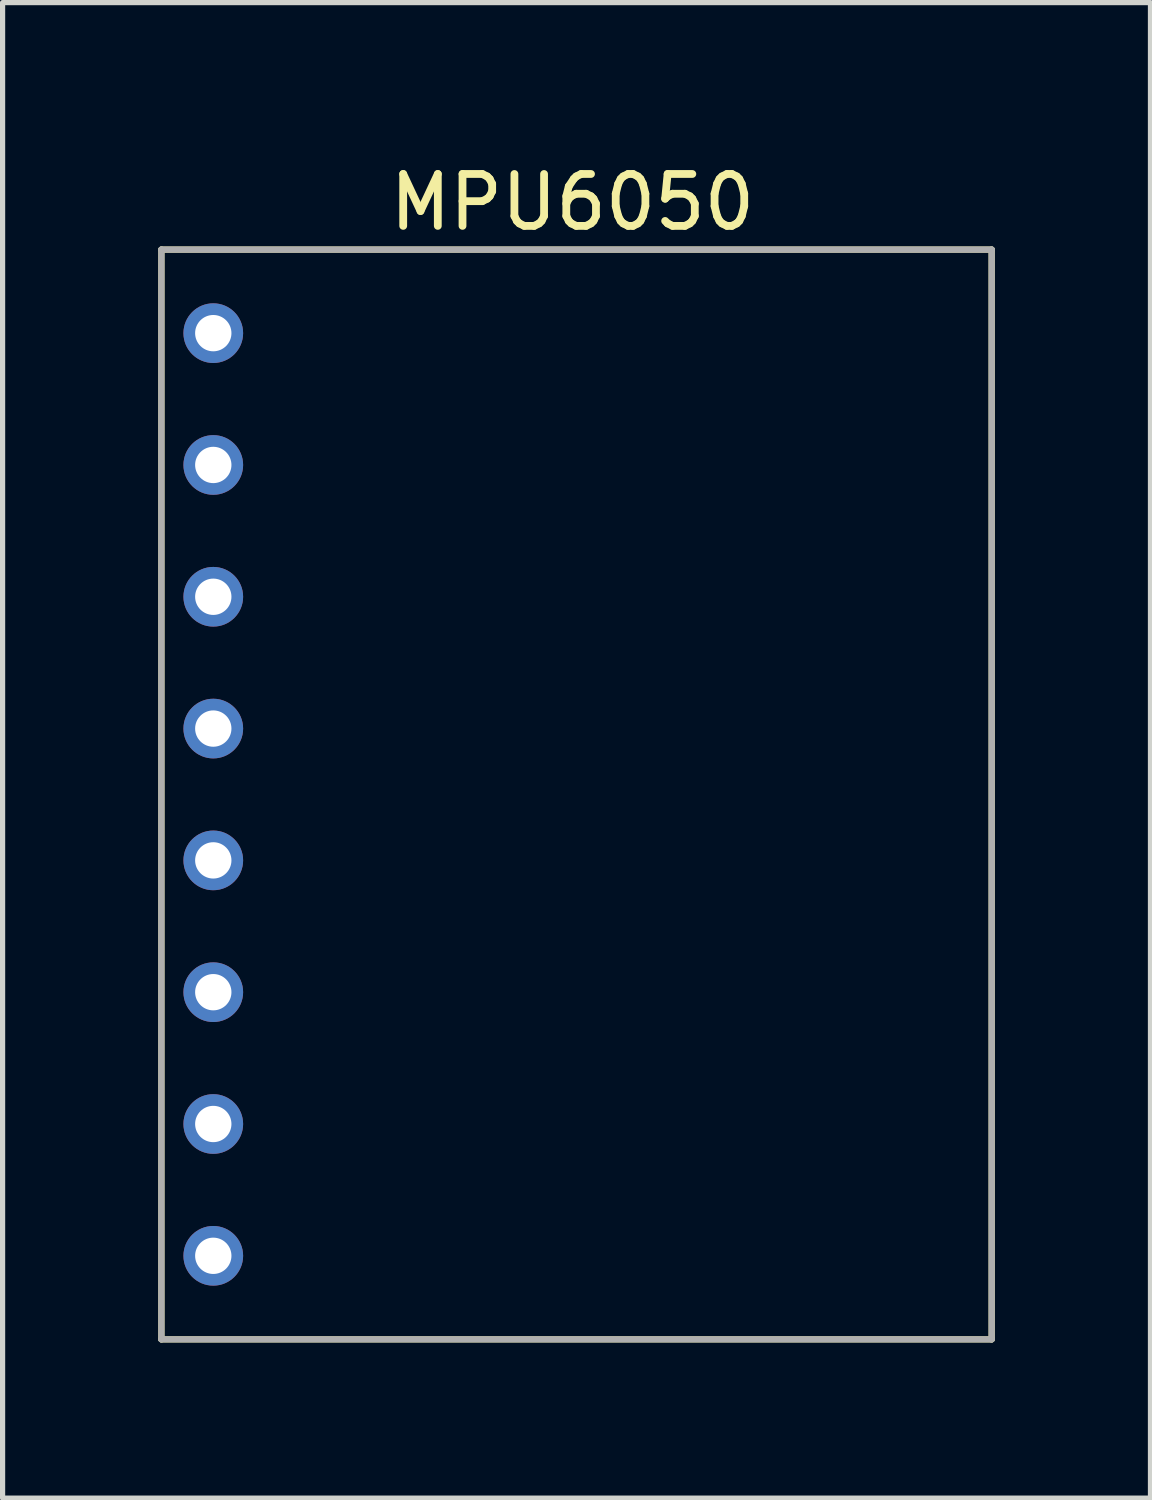
<source format=kicad_pcb>
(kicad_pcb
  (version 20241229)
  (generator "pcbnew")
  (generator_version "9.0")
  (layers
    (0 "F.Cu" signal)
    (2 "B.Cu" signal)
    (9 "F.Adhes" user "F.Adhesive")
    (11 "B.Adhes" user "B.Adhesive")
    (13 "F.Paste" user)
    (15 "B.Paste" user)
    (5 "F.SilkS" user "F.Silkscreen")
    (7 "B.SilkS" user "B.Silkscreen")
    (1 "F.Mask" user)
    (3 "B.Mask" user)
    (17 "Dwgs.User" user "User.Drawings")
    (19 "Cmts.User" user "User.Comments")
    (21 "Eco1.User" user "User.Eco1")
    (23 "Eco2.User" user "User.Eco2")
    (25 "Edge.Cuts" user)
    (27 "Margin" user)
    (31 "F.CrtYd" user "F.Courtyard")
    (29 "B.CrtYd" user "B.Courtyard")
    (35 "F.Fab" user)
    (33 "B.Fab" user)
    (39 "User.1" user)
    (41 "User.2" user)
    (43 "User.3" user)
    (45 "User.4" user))
  (footprint "MPU6050"
    (layer "F.Cu")
    (at 7.26 12.26)
    (property "Reference" "MPU6050" (at 0.722 -11.412 0) (layer "F.SilkS") (effects (font (size 1 1) (thickness 0.15))))
    (attr through_hole)
    (fp_line (start -7.2 -10.5) (end -7.2 10.5) (stroke (width 0.12) (type solid)) (layer "F.SilkS"))
    (fp_line (start -7.2 10.5) (end 8.8 10.5) (stroke (width 0.12) (type solid)) (layer "F.SilkS"))
    (fp_line (start 8.8 -10.5) (end -7.2 -10.5) (stroke (width 0.12) (type solid)) (layer "F.SilkS"))
    (fp_line (start 8.8 10.5) (end 8.8 -10.5) (stroke (width 0.12) (type solid)) (layer "F.SilkS"))
    (fp_line (start -7.2 -10.5) (end 8.8 -10.5) (stroke (width 0.12) (type solid)) (layer "F.Fab"))
    (fp_line (start -7.2 10.5) (end -7.2 -10.5) (stroke (width 0.12) (type solid)) (layer "F.Fab"))
    (fp_line (start 8.8 -10.5) (end 8.8 10.5) (stroke (width 0.12) (type solid)) (layer "F.Fab"))
    (fp_line (start 8.8 10.5) (end -7.2 10.5) (stroke (width 0.12) (type solid)) (layer "F.Fab"))
    (pad "1" thru_hole circle (at -6.2 -8.89) (size 1.15 1.15) (drill 0.7) (layers "*.Cu" "*.Mask"))
    (pad "2" thru_hole circle (at -6.2 -6.35) (size 1.15 1.15) (drill 0.7) (layers "*.Cu" "*.Mask"))
    (pad "3" thru_hole circle (at -6.2 -3.81) (size 1.15 1.15) (drill 0.7) (layers "*.Cu" "*.Mask"))
    (pad "4" thru_hole circle (at -6.2 -1.27) (size 1.15 1.15) (drill 0.7) (layers "*.Cu" "*.Mask"))
    (pad "5" thru_hole circle (at -6.2 1.27) (size 1.15 1.15) (drill 0.7) (layers "*.Cu" "*.Mask"))
    (pad "6" thru_hole circle (at -6.2 3.81) (size 1.15 1.15) (drill 0.7) (layers "*.Cu" "*.Mask"))
    (pad "7" thru_hole circle (at -6.2 6.35) (size 1.15 1.15) (drill 0.7) (layers "*.Cu" "*.Mask"))
    (pad "8" thru_hole circle (at -6.2 8.89) (size 1.15 1.15) (drill 0.7) (layers "*.Cu" "*.Mask")))
  (gr_rect
    (start -3 -3)
    (end 19.12 25.82)
    (stroke (width 0.1) (type default))
    (fill no)
    (layer "Edge.Cuts")))
</source>
